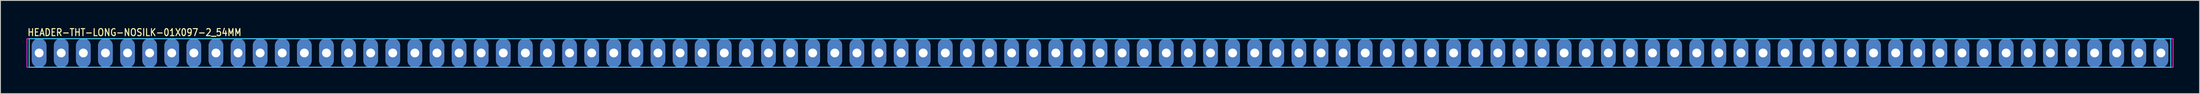
<source format=kicad_pcb>
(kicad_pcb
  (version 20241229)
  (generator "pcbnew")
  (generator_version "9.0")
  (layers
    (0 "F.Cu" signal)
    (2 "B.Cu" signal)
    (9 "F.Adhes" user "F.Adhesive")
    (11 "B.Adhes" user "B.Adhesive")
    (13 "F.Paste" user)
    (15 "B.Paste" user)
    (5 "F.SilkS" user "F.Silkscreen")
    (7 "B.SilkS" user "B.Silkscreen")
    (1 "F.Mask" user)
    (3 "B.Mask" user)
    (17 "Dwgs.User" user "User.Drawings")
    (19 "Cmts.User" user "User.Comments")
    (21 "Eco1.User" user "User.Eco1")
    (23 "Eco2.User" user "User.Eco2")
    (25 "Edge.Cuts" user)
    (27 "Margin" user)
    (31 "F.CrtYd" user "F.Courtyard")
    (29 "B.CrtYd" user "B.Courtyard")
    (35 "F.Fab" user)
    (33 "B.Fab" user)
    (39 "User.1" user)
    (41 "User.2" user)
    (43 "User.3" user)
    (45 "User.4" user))
  (footprint "HEADER-THT-LONG-NOSILK-01X097-2_54MM"
    (layer "F.Cu")
    (at 1.447 3.079)
    (property "Reference" "HEADER-THT-LONG-NOSILK-01X097-2_54MM" (at -1.4 -1.9 0) (unlocked yes) (layer "F.SilkS") (effects (font (size 0.813 0.695) (thickness 0.122)) (justify left bottom)))
    (fp_poly (pts (xy -1.143 -1.651) (xy 244.983 -1.651) (xy 244.983 1.651) (xy -1.143 1.651)) (stroke (width 0.1) (type solid)) (fill no) (layer "B.CrtYd"))
    (fp_poly (pts (xy -1.397 -1.651) (xy 245.237 -1.651) (xy 245.237 1.651) (xy -1.397 1.651)) (stroke (width 0.1) (type solid)) (fill no) (layer "F.CrtYd"))
    (pad "P$1" thru_hole oval (at 0 0 90) (size 3.387 1.693) (drill 1.016) (layers "*.Cu" "*.Mask"))
    (pad "P$2" thru_hole oval (at 2.54 0 90) (size 3.387 1.693) (drill 1.016) (layers "*.Cu" "*.Mask"))
    (pad "P$3" thru_hole oval (at 5.08 0 90) (size 3.387 1.693) (drill 1.016) (layers "*.Cu" "*.Mask"))
    (pad "P$4" thru_hole oval (at 7.62 0 90) (size 3.387 1.693) (drill 1.016) (layers "*.Cu" "*.Mask"))
    (pad "P$5" thru_hole oval (at 10.16 0 90) (size 3.387 1.693) (drill 1.016) (layers "*.Cu" "*.Mask"))
    (pad "P$6" thru_hole oval (at 12.7 0 90) (size 3.387 1.693) (drill 1.016) (layers "*.Cu" "*.Mask"))
    (pad "P$7" thru_hole oval (at 15.24 0 90) (size 3.387 1.693) (drill 1.016) (layers "*.Cu" "*.Mask"))
    (pad "P$8" thru_hole oval (at 17.78 0 90) (size 3.387 1.693) (drill 1.016) (layers "*.Cu" "*.Mask"))
    (pad "P$9" thru_hole oval (at 20.32 0 90) (size 3.387 1.693) (drill 1.016) (layers "*.Cu" "*.Mask"))
    (pad "P$10" thru_hole oval (at 22.86 0 90) (size 3.387 1.693) (drill 1.016) (layers "*.Cu" "*.Mask"))
    (pad "P$11" thru_hole oval (at 25.4 0 90) (size 3.387 1.693) (drill 1.016) (layers "*.Cu" "*.Mask"))
    (pad "P$12" thru_hole oval (at 27.94 0 90) (size 3.387 1.693) (drill 1.016) (layers "*.Cu" "*.Mask"))
    (pad "P$13" thru_hole oval (at 30.48 0 90) (size 3.387 1.693) (drill 1.016) (layers "*.Cu" "*.Mask"))
    (pad "P$14" thru_hole oval (at 33.02 0 90) (size 3.387 1.693) (drill 1.016) (layers "*.Cu" "*.Mask"))
    (pad "P$15" thru_hole oval (at 35.56 0 90) (size 3.387 1.693) (drill 1.016) (layers "*.Cu" "*.Mask"))
    (pad "P$16" thru_hole oval (at 38.1 0 90) (size 3.387 1.693) (drill 1.016) (layers "*.Cu" "*.Mask"))
    (pad "P$17" thru_hole oval (at 40.64 0 90) (size 3.387 1.693) (drill 1.016) (layers "*.Cu" "*.Mask"))
    (pad "P$18" thru_hole oval (at 43.18 0 90) (size 3.387 1.693) (drill 1.016) (layers "*.Cu" "*.Mask"))
    (pad "P$19" thru_hole oval (at 45.72 0 90) (size 3.387 1.693) (drill 1.016) (layers "*.Cu" "*.Mask"))
    (pad "P$20" thru_hole oval (at 48.26 0 90) (size 3.387 1.693) (drill 1.016) (layers "*.Cu" "*.Mask"))
    (pad "P$21" thru_hole oval (at 50.8 0 90) (size 3.387 1.693) (drill 1.016) (layers "*.Cu" "*.Mask"))
    (pad "P$22" thru_hole oval (at 53.34 0 90) (size 3.387 1.693) (drill 1.016) (layers "*.Cu" "*.Mask"))
    (pad "P$23" thru_hole oval (at 55.88 0 90) (size 3.387 1.693) (drill 1.016) (layers "*.Cu" "*.Mask"))
    (pad "P$24" thru_hole oval (at 58.42 0 90) (size 3.387 1.693) (drill 1.016) (layers "*.Cu" "*.Mask"))
    (pad "P$25" thru_hole oval (at 60.96 0 90) (size 3.387 1.693) (drill 1.016) (layers "*.Cu" "*.Mask"))
    (pad "P$26" thru_hole oval (at 63.5 0 90) (size 3.387 1.693) (drill 1.016) (layers "*.Cu" "*.Mask"))
    (pad "P$27" thru_hole oval (at 66.04 0 90) (size 3.387 1.693) (drill 1.016) (layers "*.Cu" "*.Mask"))
    (pad "P$28" thru_hole oval (at 68.58 0 90) (size 3.387 1.693) (drill 1.016) (layers "*.Cu" "*.Mask"))
    (pad "P$29" thru_hole oval (at 71.12 0 90) (size 3.387 1.693) (drill 1.016) (layers "*.Cu" "*.Mask"))
    (pad "P$30" thru_hole oval (at 73.66 0 90) (size 3.387 1.693) (drill 1.016) (layers "*.Cu" "*.Mask"))
    (pad "P$31" thru_hole oval (at 76.2 0 90) (size 3.387 1.693) (drill 1.016) (layers "*.Cu" "*.Mask"))
    (pad "P$32" thru_hole oval (at 78.74 0 90) (size 3.387 1.693) (drill 1.016) (layers "*.Cu" "*.Mask"))
    (pad "P$33" thru_hole oval (at 81.28 0 90) (size 3.387 1.693) (drill 1.016) (layers "*.Cu" "*.Mask"))
    (pad "P$34" thru_hole oval (at 83.82 0 90) (size 3.387 1.693) (drill 1.016) (layers "*.Cu" "*.Mask"))
    (pad "P$35" thru_hole oval (at 86.36 0 90) (size 3.387 1.693) (drill 1.016) (layers "*.Cu" "*.Mask"))
    (pad "P$36" thru_hole oval (at 88.9 0 90) (size 3.387 1.693) (drill 1.016) (layers "*.Cu" "*.Mask"))
    (pad "P$37" thru_hole oval (at 91.44 0 90) (size 3.387 1.693) (drill 1.016) (layers "*.Cu" "*.Mask"))
    (pad "P$38" thru_hole oval (at 93.98 0 90) (size 3.387 1.693) (drill 1.016) (layers "*.Cu" "*.Mask"))
    (pad "P$39" thru_hole oval (at 96.52 0 90) (size 3.387 1.693) (drill 1.016) (layers "*.Cu" "*.Mask"))
    (pad "P$40" thru_hole oval (at 99.06 0 90) (size 3.387 1.693) (drill 1.016) (layers "*.Cu" "*.Mask"))
    (pad "P$41" thru_hole oval (at 101.6 0 90) (size 3.387 1.693) (drill 1.016) (layers "*.Cu" "*.Mask"))
    (pad "P$42" thru_hole oval (at 104.14 0 90) (size 3.387 1.693) (drill 1.016) (layers "*.Cu" "*.Mask"))
    (pad "P$43" thru_hole oval (at 106.68 0 90) (size 3.387 1.693) (drill 1.016) (layers "*.Cu" "*.Mask"))
    (pad "P$44" thru_hole oval (at 109.22 0 90) (size 3.387 1.693) (drill 1.016) (layers "*.Cu" "*.Mask"))
    (pad "P$45" thru_hole oval (at 111.76 0 90) (size 3.387 1.693) (drill 1.016) (layers "*.Cu" "*.Mask"))
    (pad "P$46" thru_hole oval (at 114.3 0 90) (size 3.387 1.693) (drill 1.016) (layers "*.Cu" "*.Mask"))
    (pad "P$47" thru_hole oval (at 116.84 0 90) (size 3.387 1.693) (drill 1.016) (layers "*.Cu" "*.Mask"))
    (pad "P$48" thru_hole oval (at 119.38 0 90) (size 3.387 1.693) (drill 1.016) (layers "*.Cu" "*.Mask"))
    (pad "P$49" thru_hole oval (at 121.92 0 90) (size 3.387 1.693) (drill 1.016) (layers "*.Cu" "*.Mask"))
    (pad "P$50" thru_hole oval (at 124.46 0 90) (size 3.387 1.693) (drill 1.016) (layers "*.Cu" "*.Mask"))
    (pad "P$51" thru_hole oval (at 127 0 90) (size 3.387 1.693) (drill 1.016) (layers "*.Cu" "*.Mask"))
    (pad "P$52" thru_hole oval (at 129.54 0 90) (size 3.387 1.693) (drill 1.016) (layers "*.Cu" "*.Mask"))
    (pad "P$53" thru_hole oval (at 132.08 0 90) (size 3.387 1.693) (drill 1.016) (layers "*.Cu" "*.Mask"))
    (pad "P$54" thru_hole oval (at 134.62 0 90) (size 3.387 1.693) (drill 1.016) (layers "*.Cu" "*.Mask"))
    (pad "P$55" thru_hole oval (at 137.16 0 90) (size 3.387 1.693) (drill 1.016) (layers "*.Cu" "*.Mask"))
    (pad "P$56" thru_hole oval (at 139.7 0 90) (size 3.387 1.693) (drill 1.016) (layers "*.Cu" "*.Mask"))
    (pad "P$57" thru_hole oval (at 142.24 0 90) (size 3.387 1.693) (drill 1.016) (layers "*.Cu" "*.Mask"))
    (pad "P$58" thru_hole oval (at 144.78 0 90) (size 3.387 1.693) (drill 1.016) (layers "*.Cu" "*.Mask"))
    (pad "P$59" thru_hole oval (at 147.32 0 90) (size 3.387 1.693) (drill 1.016) (layers "*.Cu" "*.Mask"))
    (pad "P$60" thru_hole oval (at 149.86 0 90) (size 3.387 1.693) (drill 1.016) (layers "*.Cu" "*.Mask"))
    (pad "P$61" thru_hole oval (at 152.4 0 90) (size 3.387 1.693) (drill 1.016) (layers "*.Cu" "*.Mask"))
    (pad "P$62" thru_hole oval (at 154.94 0 90) (size 3.387 1.693) (drill 1.016) (layers "*.Cu" "*.Mask"))
    (pad "P$63" thru_hole oval (at 157.48 0 90) (size 3.387 1.693) (drill 1.016) (layers "*.Cu" "*.Mask"))
    (pad "P$64" thru_hole oval (at 160.02 0 90) (size 3.387 1.693) (drill 1.016) (layers "*.Cu" "*.Mask"))
    (pad "P$65" thru_hole oval (at 162.56 0 90) (size 3.387 1.693) (drill 1.016) (layers "*.Cu" "*.Mask"))
    (pad "P$66" thru_hole oval (at 165.1 0 90) (size 3.387 1.693) (drill 1.016) (layers "*.Cu" "*.Mask"))
    (pad "P$67" thru_hole oval (at 167.64 0 90) (size 3.387 1.693) (drill 1.016) (layers "*.Cu" "*.Mask"))
    (pad "P$68" thru_hole oval (at 170.18 0 90) (size 3.387 1.693) (drill 1.016) (layers "*.Cu" "*.Mask"))
    (pad "P$69" thru_hole oval (at 172.72 0 90) (size 3.387 1.693) (drill 1.016) (layers "*.Cu" "*.Mask"))
    (pad "P$70" thru_hole oval (at 175.26 0 90) (size 3.387 1.693) (drill 1.016) (layers "*.Cu" "*.Mask"))
    (pad "P$71" thru_hole oval (at 177.8 0 90) (size 3.387 1.693) (drill 1.016) (layers "*.Cu" "*.Mask"))
    (pad "P$72" thru_hole oval (at 180.34 0 90) (size 3.387 1.693) (drill 1.016) (layers "*.Cu" "*.Mask"))
    (pad "P$73" thru_hole oval (at 182.88 0 90) (size 3.387 1.693) (drill 1.016) (layers "*.Cu" "*.Mask"))
    (pad "P$74" thru_hole oval (at 185.42 0 90) (size 3.387 1.693) (drill 1.016) (layers "*.Cu" "*.Mask"))
    (pad "P$75" thru_hole oval (at 187.96 0 90) (size 3.387 1.693) (drill 1.016) (layers "*.Cu" "*.Mask"))
    (pad "P$76" thru_hole oval (at 190.5 0 90) (size 3.387 1.693) (drill 1.016) (layers "*.Cu" "*.Mask"))
    (pad "P$77" thru_hole oval (at 193.04 0 90) (size 3.387 1.693) (drill 1.016) (layers "*.Cu" "*.Mask"))
    (pad "P$78" thru_hole oval (at 195.58 0 90) (size 3.387 1.693) (drill 1.016) (layers "*.Cu" "*.Mask"))
    (pad "P$79" thru_hole oval (at 198.12 0 90) (size 3.387 1.693) (drill 1.016) (layers "*.Cu" "*.Mask"))
    (pad "P$80" thru_hole oval (at 200.66 0 90) (size 3.387 1.693) (drill 1.016) (layers "*.Cu" "*.Mask"))
    (pad "P$81" thru_hole oval (at 203.2 0 90) (size 3.387 1.693) (drill 1.016) (layers "*.Cu" "*.Mask"))
    (pad "P$82" thru_hole oval (at 205.74 0 90) (size 3.387 1.693) (drill 1.016) (layers "*.Cu" "*.Mask"))
    (pad "P$83" thru_hole oval (at 208.28 0 90) (size 3.387 1.693) (drill 1.016) (layers "*.Cu" "*.Mask"))
    (pad "P$84" thru_hole oval (at 210.82 0 90) (size 3.387 1.693) (drill 1.016) (layers "*.Cu" "*.Mask"))
    (pad "P$85" thru_hole oval (at 213.36 0 90) (size 3.387 1.693) (drill 1.016) (layers "*.Cu" "*.Mask"))
    (pad "P$86" thru_hole oval (at 215.9 0 90) (size 3.387 1.693) (drill 1.016) (layers "*.Cu" "*.Mask"))
    (pad "P$87" thru_hole oval (at 218.44 0 90) (size 3.387 1.693) (drill 1.016) (layers "*.Cu" "*.Mask"))
    (pad "P$88" thru_hole oval (at 220.98 0 90) (size 3.387 1.693) (drill 1.016) (layers "*.Cu" "*.Mask"))
    (pad "P$89" thru_hole oval (at 223.52 0 90) (size 3.387 1.693) (drill 1.016) (layers "*.Cu" "*.Mask"))
    (pad "P$90" thru_hole oval (at 226.06 0 90) (size 3.387 1.693) (drill 1.016) (layers "*.Cu" "*.Mask"))
    (pad "P$91" thru_hole oval (at 228.6 0 90) (size 3.387 1.693) (drill 1.016) (layers "*.Cu" "*.Mask"))
    (pad "P$92" thru_hole oval (at 231.14 0 90) (size 3.387 1.693) (drill 1.016) (layers "*.Cu" "*.Mask"))
    (pad "P$93" thru_hole oval (at 233.68 0 90) (size 3.387 1.693) (drill 1.016) (layers "*.Cu" "*.Mask"))
    (pad "P$94" thru_hole oval (at 236.22 0 90) (size 3.387 1.693) (drill 1.016) (layers "*.Cu" "*.Mask"))
    (pad "P$95" thru_hole oval (at 238.76 0 90) (size 3.387 1.693) (drill 1.016) (layers "*.Cu" "*.Mask"))
    (pad "P$96" thru_hole oval (at 241.3 0 90) (size 3.387 1.693) (drill 1.016) (layers "*.Cu" "*.Mask"))
    (pad "P$97" thru_hole oval (at 243.84 0 90) (size 3.387 1.693) (drill 1.016) (layers "*.Cu" "*.Mask")))
  (gr_rect
    (start -3 -3)
    (end 249.734 7.78)
    (stroke (width 0.1) (type default))
    (fill no)
    (layer "Edge.Cuts")))
</source>
